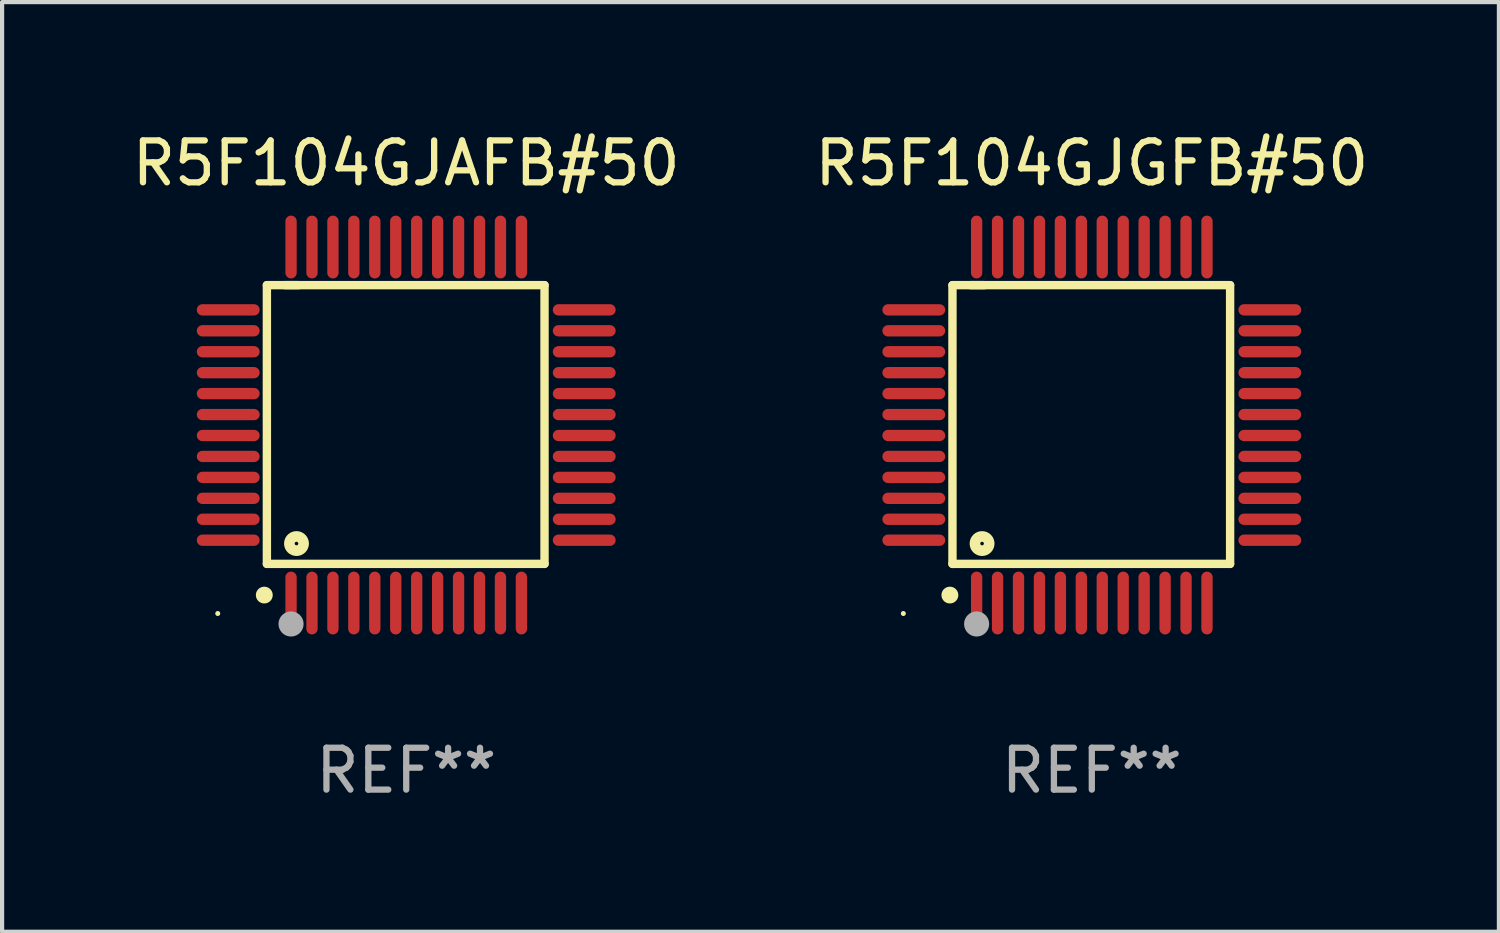
<source format=kicad_pcb>
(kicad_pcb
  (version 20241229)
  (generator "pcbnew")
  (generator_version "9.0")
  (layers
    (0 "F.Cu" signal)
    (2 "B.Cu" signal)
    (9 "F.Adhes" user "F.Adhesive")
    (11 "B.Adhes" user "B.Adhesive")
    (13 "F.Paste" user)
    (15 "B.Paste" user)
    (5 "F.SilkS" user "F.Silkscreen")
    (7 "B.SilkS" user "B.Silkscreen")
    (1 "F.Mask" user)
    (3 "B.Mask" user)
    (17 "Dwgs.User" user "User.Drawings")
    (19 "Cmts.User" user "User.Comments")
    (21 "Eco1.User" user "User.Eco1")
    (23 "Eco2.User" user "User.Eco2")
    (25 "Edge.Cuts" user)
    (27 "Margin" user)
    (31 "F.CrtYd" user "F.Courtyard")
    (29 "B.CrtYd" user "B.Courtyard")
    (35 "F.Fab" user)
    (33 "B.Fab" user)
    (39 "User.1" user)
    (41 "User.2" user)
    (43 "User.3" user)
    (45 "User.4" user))
  (footprint "R5F104GJAFB#50"
    (layer "F.Cu")
    (at 6.649 7.098)
    (property "Reference" "R5F104GJAFB#50" (at 0 -6.25 0) (layer "F.SilkS") (effects (font (size 1 1) (thickness 0.15))))
    (attr through_hole)
    (fp_line (start -3.327 -3.34) (end -2.565 -3.34) (stroke (width 0.2) (type solid)) (layer "F.SilkS"))
    (fp_line (start -3.327 3.315) (end -3.327 -3.34) (stroke (width 0.2) (type solid)) (layer "F.SilkS"))
    (fp_line (start -2.896 -3.34) (end 3.302 -3.34) (stroke (width 0.2) (type solid)) (layer "F.SilkS"))
    (fp_line (start 3.302 -3.34) (end 3.302 3.315) (stroke (width 0.2) (type solid)) (layer "F.SilkS"))
    (fp_line (start 3.302 3.315) (end -3.327 3.315) (stroke (width 0.2) (type solid)) (layer "F.SilkS"))
    (fp_arc (start -3.389992 4.059995) (mid -3.388722 4.059991) (end -3.387452 4.059995) (stroke (width 0.4) (type solid)) (layer "F.SilkS"))
    (fp_circle (center -4.5 4.5) (end -4.47 4.5) (stroke (width 0.06) (type solid)) (fill no) (layer "F.SilkS"))
    (fp_circle (center -2.62 2.83) (end -2.45 2.83) (stroke (width 0.254) (type solid)) (fill no) (layer "F.SilkS"))
    (fp_circle (center -2.75 4.75) (end -2.6 4.75) (stroke (width 0.3) (type solid)) (fill no) (layer "F.Fab"))
    (fp_text user "REF**" (at 0 8.25 0) (layer "F.Fab") (effects (font (size 1 1) (thickness 0.15))))
    (pad "1" smd oval (at -2.75 4.25) (size 0.27 1.5) (layers "F.Cu" "F.Mask" "F.Paste"))
    (pad "2" smd oval (at -2.25 4.25) (size 0.27 1.5) (layers "F.Cu" "F.Mask" "F.Paste"))
    (pad "3" smd oval (at -1.75 4.25) (size 0.27 1.5) (layers "F.Cu" "F.Mask" "F.Paste"))
    (pad "4" smd oval (at -1.25 4.25) (size 0.27 1.5) (layers "F.Cu" "F.Mask" "F.Paste"))
    (pad "5" smd oval (at -0.75 4.25) (size 0.27 1.5) (layers "F.Cu" "F.Mask" "F.Paste"))
    (pad "6" smd oval (at -0.25 4.25) (size 0.27 1.5) (layers "F.Cu" "F.Mask" "F.Paste"))
    (pad "7" smd oval (at 0.25 4.25) (size 0.27 1.5) (layers "F.Cu" "F.Mask" "F.Paste"))
    (pad "8" smd oval (at 0.75 4.25) (size 0.27 1.5) (layers "F.Cu" "F.Mask" "F.Paste"))
    (pad "9" smd oval (at 1.25 4.25) (size 0.27 1.5) (layers "F.Cu" "F.Mask" "F.Paste"))
    (pad "10" smd oval (at 1.75 4.25) (size 0.27 1.5) (layers "F.Cu" "F.Mask" "F.Paste"))
    (pad "11" smd oval (at 2.25 4.25) (size 0.27 1.5) (layers "F.Cu" "F.Mask" "F.Paste"))
    (pad "12" smd oval (at 2.75 4.25) (size 0.27 1.5) (layers "F.Cu" "F.Mask" "F.Paste"))
    (pad "13" smd oval (at 4.25 2.75) (size 1.5 0.27) (layers "F.Cu" "F.Mask" "F.Paste"))
    (pad "14" smd oval (at 4.25 2.25) (size 1.5 0.27) (layers "F.Cu" "F.Mask" "F.Paste"))
    (pad "15" smd oval (at 4.25 1.75) (size 1.5 0.27) (layers "F.Cu" "F.Mask" "F.Paste"))
    (pad "16" smd oval (at 4.25 1.25) (size 1.5 0.27) (layers "F.Cu" "F.Mask" "F.Paste"))
    (pad "17" smd oval (at 4.25 0.75) (size 1.5 0.27) (layers "F.Cu" "F.Mask" "F.Paste"))
    (pad "18" smd oval (at 4.25 0.25) (size 1.5 0.27) (layers "F.Cu" "F.Mask" "F.Paste"))
    (pad "19" smd oval (at 4.25 -0.25) (size 1.5 0.27) (layers "F.Cu" "F.Mask" "F.Paste"))
    (pad "20" smd oval (at 4.25 -0.75) (size 1.5 0.27) (layers "F.Cu" "F.Mask" "F.Paste"))
    (pad "21" smd oval (at 4.25 -1.25) (size 1.5 0.27) (layers "F.Cu" "F.Mask" "F.Paste"))
    (pad "22" smd oval (at 4.25 -1.75) (size 1.5 0.27) (layers "F.Cu" "F.Mask" "F.Paste"))
    (pad "23" smd oval (at 4.25 -2.25) (size 1.5 0.27) (layers "F.Cu" "F.Mask" "F.Paste"))
    (pad "24" smd oval (at 4.25 -2.75) (size 1.5 0.27) (layers "F.Cu" "F.Mask" "F.Paste"))
    (pad "25" smd oval (at 2.75 -4.25) (size 0.27 1.5) (layers "F.Cu" "F.Mask" "F.Paste"))
    (pad "26" smd oval (at 2.25 -4.25) (size 0.27 1.5) (layers "F.Cu" "F.Mask" "F.Paste"))
    (pad "27" smd oval (at 1.75 -4.25) (size 0.27 1.5) (layers "F.Cu" "F.Mask" "F.Paste"))
    (pad "28" smd oval (at 1.25 -4.25) (size 0.27 1.5) (layers "F.Cu" "F.Mask" "F.Paste"))
    (pad "29" smd oval (at 0.75 -4.25) (size 0.27 1.5) (layers "F.Cu" "F.Mask" "F.Paste"))
    (pad "30" smd oval (at 0.25 -4.25) (size 0.27 1.5) (layers "F.Cu" "F.Mask" "F.Paste"))
    (pad "31" smd oval (at -0.25 -4.25) (size 0.27 1.5) (layers "F.Cu" "F.Mask" "F.Paste"))
    (pad "32" smd oval (at -0.75 -4.25) (size 0.27 1.5) (layers "F.Cu" "F.Mask" "F.Paste"))
    (pad "33" smd oval (at -1.25 -4.25) (size 0.27 1.5) (layers "F.Cu" "F.Mask" "F.Paste"))
    (pad "34" smd oval (at -1.75 -4.25) (size 0.27 1.5) (layers "F.Cu" "F.Mask" "F.Paste"))
    (pad "35" smd oval (at -2.25 -4.25) (size 0.27 1.5) (layers "F.Cu" "F.Mask" "F.Paste"))
    (pad "36" smd oval (at -2.75 -4.25) (size 0.27 1.5) (layers "F.Cu" "F.Mask" "F.Paste"))
    (pad "37" smd oval (at -4.25 -2.75) (size 1.5 0.27) (layers "F.Cu" "F.Mask" "F.Paste"))
    (pad "38" smd oval (at -4.25 -2.25) (size 1.5 0.27) (layers "F.Cu" "F.Mask" "F.Paste"))
    (pad "39" smd oval (at -4.25 -1.75) (size 1.5 0.27) (layers "F.Cu" "F.Mask" "F.Paste"))
    (pad "40" smd oval (at -4.25 -1.25) (size 1.5 0.27) (layers "F.Cu" "F.Mask" "F.Paste"))
    (pad "41" smd oval (at -4.25 -0.75) (size 1.5 0.27) (layers "F.Cu" "F.Mask" "F.Paste"))
    (pad "42" smd oval (at -4.25 -0.25) (size 1.5 0.27) (layers "F.Cu" "F.Mask" "F.Paste"))
    (pad "43" smd oval (at -4.25 0.25) (size 1.5 0.27) (layers "F.Cu" "F.Mask" "F.Paste"))
    (pad "44" smd oval (at -4.25 0.75) (size 1.5 0.27) (layers "F.Cu" "F.Mask" "F.Paste"))
    (pad "45" smd oval (at -4.25 1.25) (size 1.5 0.27) (layers "F.Cu" "F.Mask" "F.Paste"))
    (pad "46" smd oval (at -4.25 1.75) (size 1.5 0.27) (layers "F.Cu" "F.Mask" "F.Paste"))
    (pad "47" smd oval (at -4.25 2.25) (size 1.5 0.27) (layers "F.Cu" "F.Mask" "F.Paste"))
    (pad "48" smd oval (at -4.25 2.75) (size 1.5 0.27) (layers "F.Cu" "F.Mask" "F.Paste")))
  (footprint "R5F104GJGFB#50"
    (layer "F.Cu")
    (at 23.018 7.098)
    (property "Reference" "R5F104GJGFB#50" (at 0 -6.25 0) (layer "F.SilkS") (effects (font (size 1 1) (thickness 0.15))))
    (attr through_hole)
    (fp_line (start -3.327 -3.34) (end -2.565 -3.34) (stroke (width 0.2) (type solid)) (layer "F.SilkS"))
    (fp_line (start -3.327 3.315) (end -3.327 -3.34) (stroke (width 0.2) (type solid)) (layer "F.SilkS"))
    (fp_line (start -2.896 -3.34) (end 3.302 -3.34) (stroke (width 0.2) (type solid)) (layer "F.SilkS"))
    (fp_line (start 3.302 -3.34) (end 3.302 3.315) (stroke (width 0.2) (type solid)) (layer "F.SilkS"))
    (fp_line (start 3.302 3.315) (end -3.327 3.315) (stroke (width 0.2) (type solid)) (layer "F.SilkS"))
    (fp_arc (start -3.389992 4.059995) (mid -3.388722 4.059991) (end -3.387452 4.059995) (stroke (width 0.4) (type solid)) (layer "F.SilkS"))
    (fp_circle (center -4.5 4.5) (end -4.47 4.5) (stroke (width 0.06) (type solid)) (fill no) (layer "F.SilkS"))
    (fp_circle (center -2.62 2.83) (end -2.45 2.83) (stroke (width 0.254) (type solid)) (fill no) (layer "F.SilkS"))
    (fp_circle (center -2.75 4.75) (end -2.6 4.75) (stroke (width 0.3) (type solid)) (fill no) (layer "F.Fab"))
    (fp_text user "REF**" (at 0 8.25 0) (layer "F.Fab") (effects (font (size 1 1) (thickness 0.15))))
    (pad "1" smd oval (at -2.75 4.25) (size 0.27 1.5) (layers "F.Cu" "F.Mask" "F.Paste"))
    (pad "2" smd oval (at -2.25 4.25) (size 0.27 1.5) (layers "F.Cu" "F.Mask" "F.Paste"))
    (pad "3" smd oval (at -1.75 4.25) (size 0.27 1.5) (layers "F.Cu" "F.Mask" "F.Paste"))
    (pad "4" smd oval (at -1.25 4.25) (size 0.27 1.5) (layers "F.Cu" "F.Mask" "F.Paste"))
    (pad "5" smd oval (at -0.75 4.25) (size 0.27 1.5) (layers "F.Cu" "F.Mask" "F.Paste"))
    (pad "6" smd oval (at -0.25 4.25) (size 0.27 1.5) (layers "F.Cu" "F.Mask" "F.Paste"))
    (pad "7" smd oval (at 0.25 4.25) (size 0.27 1.5) (layers "F.Cu" "F.Mask" "F.Paste"))
    (pad "8" smd oval (at 0.75 4.25) (size 0.27 1.5) (layers "F.Cu" "F.Mask" "F.Paste"))
    (pad "9" smd oval (at 1.25 4.25) (size 0.27 1.5) (layers "F.Cu" "F.Mask" "F.Paste"))
    (pad "10" smd oval (at 1.75 4.25) (size 0.27 1.5) (layers "F.Cu" "F.Mask" "F.Paste"))
    (pad "11" smd oval (at 2.25 4.25) (size 0.27 1.5) (layers "F.Cu" "F.Mask" "F.Paste"))
    (pad "12" smd oval (at 2.75 4.25) (size 0.27 1.5) (layers "F.Cu" "F.Mask" "F.Paste"))
    (pad "13" smd oval (at 4.25 2.75) (size 1.5 0.27) (layers "F.Cu" "F.Mask" "F.Paste"))
    (pad "14" smd oval (at 4.25 2.25) (size 1.5 0.27) (layers "F.Cu" "F.Mask" "F.Paste"))
    (pad "15" smd oval (at 4.25 1.75) (size 1.5 0.27) (layers "F.Cu" "F.Mask" "F.Paste"))
    (pad "16" smd oval (at 4.25 1.25) (size 1.5 0.27) (layers "F.Cu" "F.Mask" "F.Paste"))
    (pad "17" smd oval (at 4.25 0.75) (size 1.5 0.27) (layers "F.Cu" "F.Mask" "F.Paste"))
    (pad "18" smd oval (at 4.25 0.25) (size 1.5 0.27) (layers "F.Cu" "F.Mask" "F.Paste"))
    (pad "19" smd oval (at 4.25 -0.25) (size 1.5 0.27) (layers "F.Cu" "F.Mask" "F.Paste"))
    (pad "20" smd oval (at 4.25 -0.75) (size 1.5 0.27) (layers "F.Cu" "F.Mask" "F.Paste"))
    (pad "21" smd oval (at 4.25 -1.25) (size 1.5 0.27) (layers "F.Cu" "F.Mask" "F.Paste"))
    (pad "22" smd oval (at 4.25 -1.75) (size 1.5 0.27) (layers "F.Cu" "F.Mask" "F.Paste"))
    (pad "23" smd oval (at 4.25 -2.25) (size 1.5 0.27) (layers "F.Cu" "F.Mask" "F.Paste"))
    (pad "24" smd oval (at 4.25 -2.75) (size 1.5 0.27) (layers "F.Cu" "F.Mask" "F.Paste"))
    (pad "25" smd oval (at 2.75 -4.25) (size 0.27 1.5) (layers "F.Cu" "F.Mask" "F.Paste"))
    (pad "26" smd oval (at 2.25 -4.25) (size 0.27 1.5) (layers "F.Cu" "F.Mask" "F.Paste"))
    (pad "27" smd oval (at 1.75 -4.25) (size 0.27 1.5) (layers "F.Cu" "F.Mask" "F.Paste"))
    (pad "28" smd oval (at 1.25 -4.25) (size 0.27 1.5) (layers "F.Cu" "F.Mask" "F.Paste"))
    (pad "29" smd oval (at 0.75 -4.25) (size 0.27 1.5) (layers "F.Cu" "F.Mask" "F.Paste"))
    (pad "30" smd oval (at 0.25 -4.25) (size 0.27 1.5) (layers "F.Cu" "F.Mask" "F.Paste"))
    (pad "31" smd oval (at -0.25 -4.25) (size 0.27 1.5) (layers "F.Cu" "F.Mask" "F.Paste"))
    (pad "32" smd oval (at -0.75 -4.25) (size 0.27 1.5) (layers "F.Cu" "F.Mask" "F.Paste"))
    (pad "33" smd oval (at -1.25 -4.25) (size 0.27 1.5) (layers "F.Cu" "F.Mask" "F.Paste"))
    (pad "34" smd oval (at -1.75 -4.25) (size 0.27 1.5) (layers "F.Cu" "F.Mask" "F.Paste"))
    (pad "35" smd oval (at -2.25 -4.25) (size 0.27 1.5) (layers "F.Cu" "F.Mask" "F.Paste"))
    (pad "36" smd oval (at -2.75 -4.25) (size 0.27 1.5) (layers "F.Cu" "F.Mask" "F.Paste"))
    (pad "37" smd oval (at -4.25 -2.75) (size 1.5 0.27) (layers "F.Cu" "F.Mask" "F.Paste"))
    (pad "38" smd oval (at -4.25 -2.25) (size 1.5 0.27) (layers "F.Cu" "F.Mask" "F.Paste"))
    (pad "39" smd oval (at -4.25 -1.75) (size 1.5 0.27) (layers "F.Cu" "F.Mask" "F.Paste"))
    (pad "40" smd oval (at -4.25 -1.25) (size 1.5 0.27) (layers "F.Cu" "F.Mask" "F.Paste"))
    (pad "41" smd oval (at -4.25 -0.75) (size 1.5 0.27) (layers "F.Cu" "F.Mask" "F.Paste"))
    (pad "42" smd oval (at -4.25 -0.25) (size 1.5 0.27) (layers "F.Cu" "F.Mask" "F.Paste"))
    (pad "43" smd oval (at -4.25 0.25) (size 1.5 0.27) (layers "F.Cu" "F.Mask" "F.Paste"))
    (pad "44" smd oval (at -4.25 0.75) (size 1.5 0.27) (layers "F.Cu" "F.Mask" "F.Paste"))
    (pad "45" smd oval (at -4.25 1.25) (size 1.5 0.27) (layers "F.Cu" "F.Mask" "F.Paste"))
    (pad "46" smd oval (at -4.25 1.75) (size 1.5 0.27) (layers "F.Cu" "F.Mask" "F.Paste"))
    (pad "47" smd oval (at -4.25 2.25) (size 1.5 0.27) (layers "F.Cu" "F.Mask" "F.Paste"))
    (pad "48" smd oval (at -4.25 2.75) (size 1.5 0.27) (layers "F.Cu" "F.Mask" "F.Paste")))
  (gr_rect
    (start -3 -3)
    (end 32.738 19.196)
    (stroke (width 0.1) (type default))
    (fill no)
    (layer "Edge.Cuts")))
</source>
